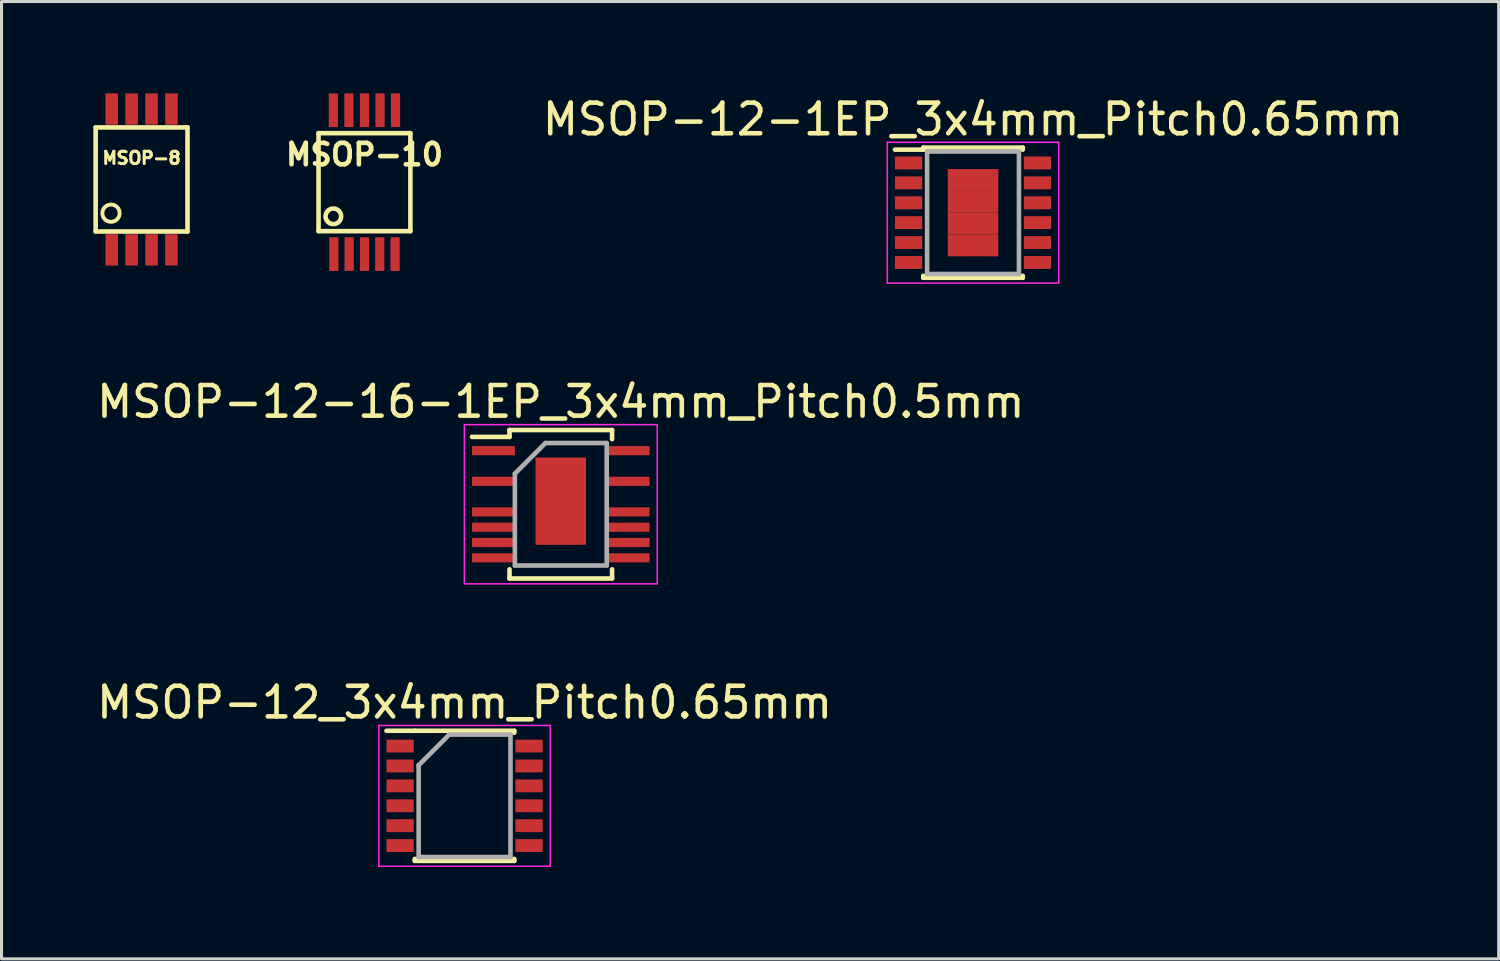
<source format=kicad_pcb>
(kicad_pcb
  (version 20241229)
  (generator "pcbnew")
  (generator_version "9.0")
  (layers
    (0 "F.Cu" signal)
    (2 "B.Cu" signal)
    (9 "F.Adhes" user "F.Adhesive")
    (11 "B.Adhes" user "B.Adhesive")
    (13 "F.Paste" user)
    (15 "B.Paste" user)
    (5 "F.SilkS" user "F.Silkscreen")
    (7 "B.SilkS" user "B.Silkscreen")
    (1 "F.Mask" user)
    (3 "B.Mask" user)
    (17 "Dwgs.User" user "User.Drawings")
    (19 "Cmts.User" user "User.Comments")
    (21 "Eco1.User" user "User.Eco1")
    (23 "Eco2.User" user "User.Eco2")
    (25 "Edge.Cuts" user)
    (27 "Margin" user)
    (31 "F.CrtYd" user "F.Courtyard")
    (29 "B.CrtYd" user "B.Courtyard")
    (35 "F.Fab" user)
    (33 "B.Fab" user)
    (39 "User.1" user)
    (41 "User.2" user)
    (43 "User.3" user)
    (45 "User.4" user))
  (footprint "MSOP-12-1EP_3x4mm_Pitch0.65mm"
    (layer "F.Cu")
    (at 28.733 3.898)
    (property "Reference" "MSOP-12-1EP_3x4mm_Pitch0.65mm" (at 0 -3.05 0) (layer "F.SilkS") (effects (font (size 1 1) (thickness 0.15))))
    (attr smd)
    (fp_line (start -1.625 -2.125) (end -1.625 -2.06) (stroke (width 0.15) (type solid)) (layer "F.SilkS"))
    (fp_line (start -1.625 -2.125) (end 1.625 -2.125) (stroke (width 0.15) (type solid)) (layer "F.SilkS"))
    (fp_line (start -1.625 -2.06) (end -2.55 -2.06) (stroke (width 0.15) (type solid)) (layer "F.SilkS"))
    (fp_line (start -1.625 2.125) (end -1.625 2.06) (stroke (width 0.15) (type solid)) (layer "F.SilkS"))
    (fp_line (start -1.625 2.125) (end 1.625 2.125) (stroke (width 0.15) (type solid)) (layer "F.SilkS"))
    (fp_line (start 1.625 -2.125) (end 1.625 -2.06) (stroke (width 0.15) (type solid)) (layer "F.SilkS"))
    (fp_line (start 1.625 2.125) (end 1.625 2.06) (stroke (width 0.15) (type solid)) (layer "F.SilkS"))
    (fp_line (start -2.8 -2.3) (end -2.8 2.3) (stroke (width 0.05) (type solid)) (layer "F.CrtYd"))
    (fp_line (start -2.8 -2.3) (end 2.8 -2.3) (stroke (width 0.05) (type solid)) (layer "F.CrtYd"))
    (fp_line (start -2.8 2.3) (end 2.8 2.3) (stroke (width 0.05) (type solid)) (layer "F.CrtYd"))
    (fp_line (start 2.8 -2.3) (end 2.8 2.3) (stroke (width 0.05) (type solid)) (layer "F.CrtYd"))
    (fp_line (start -1.5 -2) (end 1.5 -2) (stroke (width 0.15) (type solid)) (layer "F.Fab"))
    (fp_line (start -1.5 2) (end -1.5 -2) (stroke (width 0.15) (type solid)) (layer "F.Fab"))
    (fp_line (start 1.5 -2) (end 1.5 2) (stroke (width 0.15) (type solid)) (layer "F.Fab"))
    (fp_line (start 1.5 2) (end -1.5 2) (stroke (width 0.15) (type solid)) (layer "F.Fab"))
    (pad "1" smd rect (at -2.105 -1.625) (size 0.89 0.42) (layers "F.Cu" "F.Mask" "F.Paste"))
    (pad "2" smd rect (at -2.105 -0.975) (size 0.89 0.42) (layers "F.Cu" "F.Mask" "F.Paste"))
    (pad "3" smd rect (at -2.105 -0.325) (size 0.89 0.42) (layers "F.Cu" "F.Mask" "F.Paste"))
    (pad "4" smd rect (at -2.105 0.325) (size 0.89 0.42) (layers "F.Cu" "F.Mask" "F.Paste"))
    (pad "5" smd rect (at -2.105 0.975) (size 0.89 0.42) (layers "F.Cu" "F.Mask" "F.Paste"))
    (pad "6" smd rect (at -2.105 1.625) (size 0.89 0.42) (layers "F.Cu" "F.Mask" "F.Paste"))
    (pad "7" smd rect (at 2.105 1.625) (size 0.89 0.42) (layers "F.Cu" "F.Mask" "F.Paste"))
    (pad "8" smd rect (at 2.105 0.975) (size 0.89 0.42) (layers "F.Cu" "F.Mask" "F.Paste"))
    (pad "9" smd rect (at 2.105 0.325) (size 0.89 0.42) (layers "F.Cu" "F.Mask" "F.Paste"))
    (pad "10" smd rect (at 2.105 -0.325) (size 0.89 0.42) (layers "F.Cu" "F.Mask" "F.Paste"))
    (pad "11" smd rect (at 2.105 -0.975) (size 0.89 0.42) (layers "F.Cu" "F.Mask" "F.Paste"))
    (pad "12" smd rect (at 2.105 -1.625) (size 0.89 0.42) (layers "F.Cu" "F.Mask" "F.Paste"))
    (pad "13" smd rect (at -0.412 -1.069) (size 0.825 0.713) (layers "F.Cu" "F.Mask" "F.Paste"))
    (pad "13" smd rect (at -0.412 -0.356) (size 0.825 0.713) (layers "F.Cu" "F.Mask" "F.Paste"))
    (pad "13" smd rect (at -0.412 0.356) (size 0.825 0.713) (layers "F.Cu" "F.Mask" "F.Paste"))
    (pad "13" smd rect (at -0.412 1.069) (size 0.825 0.713) (layers "F.Cu" "F.Mask" "F.Paste"))
    (pad "13" smd rect (at 0.412 -1.069) (size 0.825 0.713) (layers "F.Cu" "F.Mask" "F.Paste"))
    (pad "13" smd rect (at 0.412 -0.356) (size 0.825 0.713) (layers "F.Cu" "F.Mask" "F.Paste"))
    (pad "13" smd rect (at 0.412 0.356) (size 0.825 0.713) (layers "F.Cu" "F.Mask" "F.Paste"))
    (pad "13" smd rect (at 0.412 1.069) (size 0.825 0.713) (layers "F.Cu" "F.Mask" "F.Paste")))
  (footprint "MSOP-8"
    (layer "F.Cu")
    (at 1.575 2.812)
    (property "Reference" "MSOP-8" (at 0 -0.701 0) (layer "F.SilkS") (effects (font (size 0.4 0.4) (thickness 0.1))))
    (attr smd)
    (fp_line (start -1.5 -1.7) (end 1.5 -1.7) (stroke (width 0.15) (type solid)) (layer "F.SilkS"))
    (fp_line (start -1.5 1.7) (end -1.5 -1.7) (stroke (width 0.15) (type solid)) (layer "F.SilkS"))
    (fp_line (start 1.5 -1.7) (end 1.5 1.7) (stroke (width 0.15) (type solid)) (layer "F.SilkS"))
    (fp_line (start 1.5 1.7) (end -1.5 1.7) (stroke (width 0.15) (type solid)) (layer "F.SilkS"))
    (fp_circle (center -0.999 1.102) (end -1.2 1.3) (stroke (width 0.127) (type solid)) (fill no) (layer "F.SilkS"))
    (pad "1" smd rect (at -0.975 2.301) (size 0.409 1.021) (layers "F.Cu" "F.Mask" "F.Paste"))
    (pad "2" smd rect (at -0.325 2.301) (size 0.409 1.021) (layers "F.Cu" "F.Mask" "F.Paste"))
    (pad "3" smd rect (at 0.325 2.301) (size 0.409 1.021) (layers "F.Cu" "F.Mask" "F.Paste"))
    (pad "4" smd rect (at 0.975 2.301) (size 0.409 1.021) (layers "F.Cu" "F.Mask" "F.Paste"))
    (pad "5" smd rect (at 0.975 -2.301) (size 0.409 1.021) (layers "F.Cu" "F.Mask" "F.Paste"))
    (pad "6" smd rect (at 0.325 -2.301) (size 0.409 1.021) (layers "F.Cu" "F.Mask" "F.Paste"))
    (pad "7" smd rect (at -0.325 -2.301) (size 0.409 1.021) (layers "F.Cu" "F.Mask" "F.Paste"))
    (pad "8" smd rect (at -0.975 -2.301) (size 0.409 1.021) (layers "F.Cu" "F.Mask" "F.Paste")))
  (footprint "MSOP-12-16-1EP_3x4mm_Pitch0.5mm"
    (layer "F.Cu")
    (at 15.268 13.421)
    (property "Reference" "MSOP-12-16-1EP_3x4mm_Pitch0.5mm" (at 0 -3.35 0) (layer "F.SilkS") (effects (font (size 1 1) (thickness 0.15))))
    (attr smd)
    (fp_line (start -1.675 -2.425) (end -1.675 -2.2) (stroke (width 0.15) (type solid)) (layer "F.SilkS"))
    (fp_line (start -1.675 -2.425) (end 1.675 -2.425) (stroke (width 0.15) (type solid)) (layer "F.SilkS"))
    (fp_line (start -1.675 -2.2) (end -2.9 -2.2) (stroke (width 0.15) (type solid)) (layer "F.SilkS"))
    (fp_line (start -1.675 2.425) (end -1.675 2.125) (stroke (width 0.15) (type solid)) (layer "F.SilkS"))
    (fp_line (start -1.675 2.425) (end 1.675 2.425) (stroke (width 0.15) (type solid)) (layer "F.SilkS"))
    (fp_line (start 1.675 -2.425) (end 1.675 -2.125) (stroke (width 0.15) (type solid)) (layer "F.SilkS"))
    (fp_line (start 1.675 2.425) (end 1.675 2.125) (stroke (width 0.15) (type solid)) (layer "F.SilkS"))
    (fp_line (start -3.15 -2.6) (end -3.15 2.6) (stroke (width 0.05) (type solid)) (layer "F.CrtYd"))
    (fp_line (start -3.15 -2.6) (end 3.15 -2.6) (stroke (width 0.05) (type solid)) (layer "F.CrtYd"))
    (fp_line (start -3.15 2.6) (end 3.15 2.6) (stroke (width 0.05) (type solid)) (layer "F.CrtYd"))
    (fp_line (start 3.15 -2.6) (end 3.15 2.6) (stroke (width 0.05) (type solid)) (layer "F.CrtYd"))
    (fp_line (start -1.5 -1) (end -0.5 -2) (stroke (width 0.15) (type solid)) (layer "F.Fab"))
    (fp_line (start -1.5 2) (end -1.5 -1) (stroke (width 0.15) (type solid)) (layer "F.Fab"))
    (fp_line (start -0.5 -2) (end 1.5 -2) (stroke (width 0.15) (type solid)) (layer "F.Fab"))
    (fp_line (start 1.5 -2) (end 1.5 2) (stroke (width 0.15) (type solid)) (layer "F.Fab"))
    (fp_line (start 1.5 2) (end -1.5 2) (stroke (width 0.15) (type solid)) (layer "F.Fab"))
    (pad "1" smd rect (at -2.2 -1.75) (size 1.4 0.3) (layers "F.Cu" "F.Mask" "F.Paste"))
    (pad "3" smd rect (at -2.2 -0.75) (size 1.4 0.3) (layers "F.Cu" "F.Mask" "F.Paste"))
    (pad "5" smd rect (at -2.2 0.25) (size 1.4 0.3) (layers "F.Cu" "F.Mask" "F.Paste"))
    (pad "6" smd rect (at -2.2 0.75) (size 1.4 0.3) (layers "F.Cu" "F.Mask" "F.Paste"))
    (pad "7" smd rect (at -2.2 1.25) (size 1.4 0.3) (layers "F.Cu" "F.Mask" "F.Paste"))
    (pad "8" smd rect (at -2.2 1.75) (size 1.4 0.3) (layers "F.Cu" "F.Mask" "F.Paste"))
    (pad "9" smd rect (at 2.2 1.75) (size 1.4 0.3) (layers "F.Cu" "F.Mask" "F.Paste"))
    (pad "10" smd rect (at 2.2 1.25) (size 1.4 0.3) (layers "F.Cu" "F.Mask" "F.Paste"))
    (pad "11" smd rect (at 2.2 0.75) (size 1.4 0.3) (layers "F.Cu" "F.Mask" "F.Paste"))
    (pad "12" smd rect (at 2.2 0.25) (size 1.4 0.3) (layers "F.Cu" "F.Mask" "F.Paste"))
    (pad "14" smd rect (at 2.2 -0.75) (size 1.4 0.3) (layers "F.Cu" "F.Mask" "F.Paste"))
    (pad "16" smd rect (at 2.2 -1.75) (size 1.4 0.3) (layers "F.Cu" "F.Mask" "F.Paste"))
    (pad "17" smd rect (at 0 -0.1) (size 1.65 2.85) (layers "F.Cu" "F.Mask" "F.Paste")))
  (footprint "MSOP-12_3x4mm_Pitch0.65mm"
    (layer "F.Cu")
    (at 12.125 22.945)
    (property "Reference" "MSOP-12_3x4mm_Pitch0.65mm" (at 0 -3.05 0) (layer "F.SilkS") (effects (font (size 1 1) (thickness 0.15))))
    (attr smd)
    (fp_line (start -1.625 -2.125) (end -2.55 -2.125) (stroke (width 0.15) (type solid)) (layer "F.SilkS"))
    (fp_line (start -1.625 -2.125) (end 1.625 -2.125) (stroke (width 0.15) (type solid)) (layer "F.SilkS"))
    (fp_line (start -1.625 2.125) (end -1.625 2.06) (stroke (width 0.15) (type solid)) (layer "F.SilkS"))
    (fp_line (start -1.625 2.125) (end 1.625 2.125) (stroke (width 0.15) (type solid)) (layer "F.SilkS"))
    (fp_line (start 1.625 -2.125) (end 1.625 -2.06) (stroke (width 0.15) (type solid)) (layer "F.SilkS"))
    (fp_line (start 1.625 2.125) (end 1.625 2.06) (stroke (width 0.15) (type solid)) (layer "F.SilkS"))
    (fp_line (start -2.8 -2.3) (end -2.8 2.3) (stroke (width 0.05) (type solid)) (layer "F.CrtYd"))
    (fp_line (start -2.8 -2.3) (end 2.8 -2.3) (stroke (width 0.05) (type solid)) (layer "F.CrtYd"))
    (fp_line (start -2.8 2.3) (end 2.8 2.3) (stroke (width 0.05) (type solid)) (layer "F.CrtYd"))
    (fp_line (start 2.8 -2.3) (end 2.8 2.3) (stroke (width 0.05) (type solid)) (layer "F.CrtYd"))
    (fp_line (start -1.5 -1) (end -0.5 -2) (stroke (width 0.15) (type solid)) (layer "F.Fab"))
    (fp_line (start -1.5 2) (end -1.5 -1) (stroke (width 0.15) (type solid)) (layer "F.Fab"))
    (fp_line (start -0.5 -2) (end 1.5 -2) (stroke (width 0.15) (type solid)) (layer "F.Fab"))
    (fp_line (start 1.5 -2) (end 1.5 2) (stroke (width 0.15) (type solid)) (layer "F.Fab"))
    (fp_line (start 1.5 2) (end -1.5 2) (stroke (width 0.15) (type solid)) (layer "F.Fab"))
    (pad "1" smd rect (at -2.105 -1.625) (size 0.89 0.42) (layers "F.Cu" "F.Mask" "F.Paste"))
    (pad "2" smd rect (at -2.105 -0.975) (size 0.89 0.42) (layers "F.Cu" "F.Mask" "F.Paste"))
    (pad "3" smd rect (at -2.105 -0.325) (size 0.89 0.42) (layers "F.Cu" "F.Mask" "F.Paste"))
    (pad "4" smd rect (at -2.105 0.325) (size 0.89 0.42) (layers "F.Cu" "F.Mask" "F.Paste"))
    (pad "5" smd rect (at -2.105 0.975) (size 0.89 0.42) (layers "F.Cu" "F.Mask" "F.Paste"))
    (pad "6" smd rect (at -2.105 1.625) (size 0.89 0.42) (layers "F.Cu" "F.Mask" "F.Paste"))
    (pad "7" smd rect (at 2.105 1.625) (size 0.89 0.42) (layers "F.Cu" "F.Mask" "F.Paste"))
    (pad "8" smd rect (at 2.105 0.975) (size 0.89 0.42) (layers "F.Cu" "F.Mask" "F.Paste"))
    (pad "9" smd rect (at 2.105 0.325) (size 0.89 0.42) (layers "F.Cu" "F.Mask" "F.Paste"))
    (pad "10" smd rect (at 2.105 -0.325) (size 0.89 0.42) (layers "F.Cu" "F.Mask" "F.Paste"))
    (pad "11" smd rect (at 2.105 -0.975) (size 0.89 0.42) (layers "F.Cu" "F.Mask" "F.Paste"))
    (pad "12" smd rect (at 2.105 -1.625) (size 0.89 0.42) (layers "F.Cu" "F.Mask" "F.Paste")))
  (footprint "MSOP-10"
    (layer "F.Cu")
    (at 8.855 2.9)
    (property "Reference" "MSOP-10" (at 0 -0.9 0) (layer "F.SilkS") (effects (font (size 0.7 0.7) (thickness 0.15))))
    (attr smd)
    (fp_line (start -1.5 -1.6) (end -1.5 1.6) (stroke (width 0.15) (type solid)) (layer "F.SilkS"))
    (fp_line (start -1.5 1.6) (end 1.5 1.6) (stroke (width 0.15) (type solid)) (layer "F.SilkS"))
    (fp_line (start 1.5 -1.6) (end -1.5 -1.6) (stroke (width 0.15) (type solid)) (layer "F.SilkS"))
    (fp_line (start 1.5 1.6) (end 1.5 -1.6) (stroke (width 0.15) (type solid)) (layer "F.SilkS"))
    (fp_circle (center -1.016 1.116) (end -1.016 0.862) (stroke (width 0.15) (type solid)) (fill no) (layer "F.SilkS"))
    (pad "1" smd rect (at -1 2.35) (size 0.3 1.1) (layers "F.Cu" "F.Mask" "F.Paste"))
    (pad "2" smd rect (at -0.5 2.35) (size 0.3 1.1) (layers "F.Cu" "F.Mask" "F.Paste"))
    (pad "3" smd rect (at 0 2.35) (size 0.3 1.1) (layers "F.Cu" "F.Mask" "F.Paste"))
    (pad "4" smd rect (at 0.5 2.35) (size 0.3 1.1) (layers "F.Cu" "F.Mask" "F.Paste"))
    (pad "5" smd rect (at 1 2.35) (size 0.3 1.1) (layers "F.Cu" "F.Mask" "F.Paste"))
    (pad "6" smd rect (at 1.016 -2.35) (size 0.3 1.1) (layers "F.Cu" "F.Mask" "F.Paste"))
    (pad "7" smd rect (at 0.508 -2.35) (size 0.3 1.1) (layers "F.Cu" "F.Mask" "F.Paste"))
    (pad "8" smd rect (at 0 -2.35) (size 0.3 1.1) (layers "F.Cu" "F.Mask" "F.Paste"))
    (pad "9" smd rect (at -0.508 -2.35) (size 0.3 1.1) (layers "F.Cu" "F.Mask" "F.Paste"))
    (pad "10" smd rect (at -1.016 -2.35) (size 0.3 1.1) (layers "F.Cu" "F.Mask" "F.Paste")))
  (gr_rect
    (start -3 -3)
    (end 45.905 28.27)
    (stroke (width 0.1) (type default))
    (fill no)
    (layer "Edge.Cuts")))
</source>
